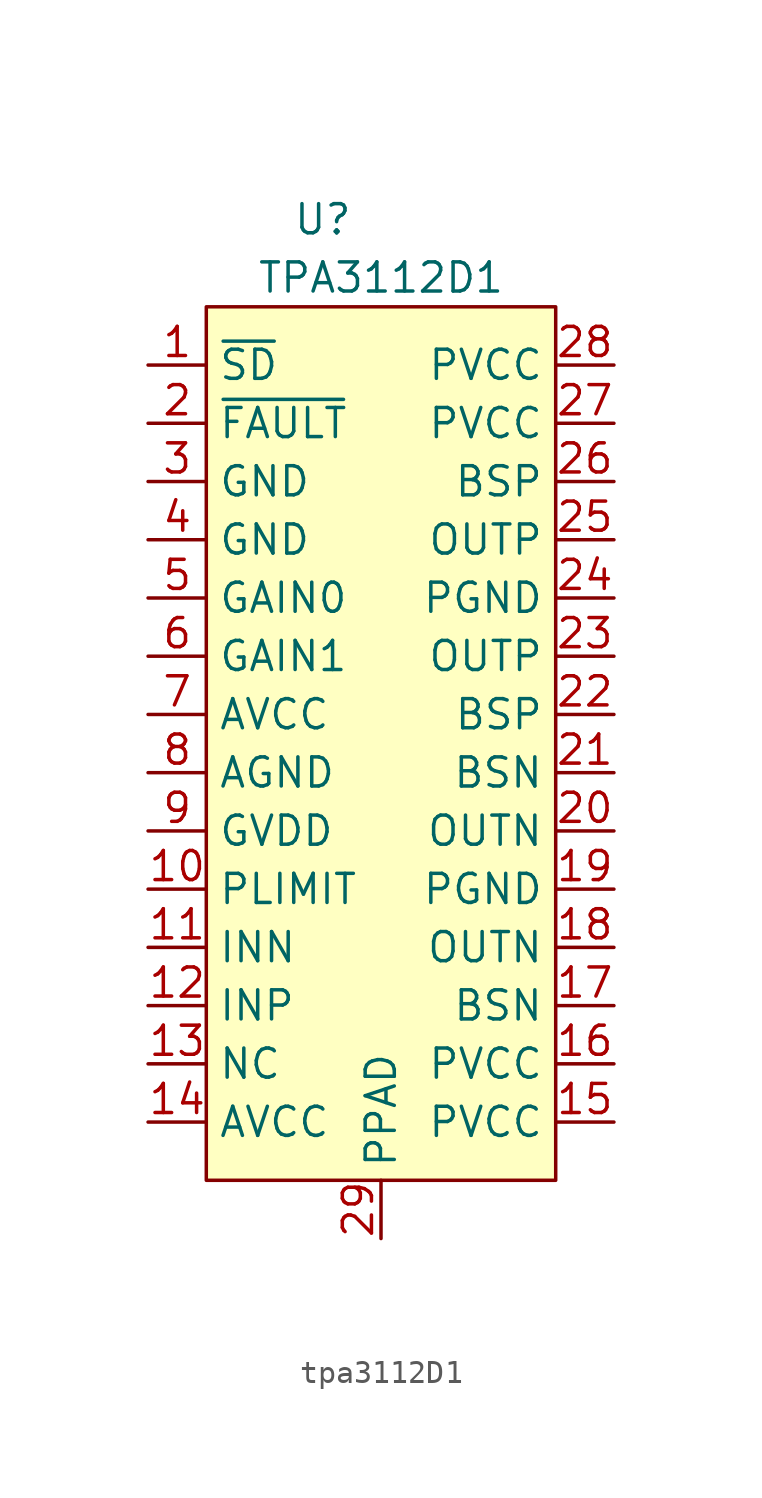
<source format=kicad_sym>
(kicad_symbol_lib
  (version 20220914)
  (generator kicad_symbol_editor)
  (symbol "tpa3112D1"
    (property "Reference" "U"
      (at 7.62 3.81 0)
      (effects (font (size 1.27 1.27))))
    (property "Value" "TPA3112D1"
      (at 10.16 1.27 0)
      (effects (font (size 1.27 1.27))))
    (symbol "tpa3112D1_0_0"
      (pin unspecified line (at 0 -2.54 0) (length 2.54) (name "~{SD}" (effects (font (size 1.27 1.27)))) (number "1" (effects (font (size 1.27 1.27)))))
      (pin unspecified line (at 0 -25.4 0) (length 2.54) (name "PLIMIT" (effects (font (size 1.27 1.27)))) (number "10" (effects (font (size 1.27 1.27)))))
      (pin unspecified line (at 0 -27.94 0) (length 2.54) (name "INN" (effects (font (size 1.27 1.27)))) (number "11" (effects (font (size 1.27 1.27)))))
      (pin unspecified line (at 0 -30.48 0) (length 2.54) (name "INP" (effects (font (size 1.27 1.27)))) (number "12" (effects (font (size 1.27 1.27)))))
      (pin unspecified line (at 0 -33.02 0) (length 2.54) (name "NC" (effects (font (size 1.27 1.27)))) (number "13" (effects (font (size 1.27 1.27)))))
      (pin unspecified line (at 0 -35.56 0) (length 2.54) (name "AVCC" (effects (font (size 1.27 1.27)))) (number "14" (effects (font (size 1.27 1.27)))))
      (pin unspecified line (at 20.32 -35.56 180) (length 2.54) (name "PVCC" (effects (font (size 1.27 1.27)))) (number "15" (effects (font (size 1.27 1.27)))))
      (pin unspecified line (at 20.32 -33.02 180) (length 2.54) (name "PVCC" (effects (font (size 1.27 1.27)))) (number "16" (effects (font (size 1.27 1.27)))))
      (pin unspecified line (at 20.32 -30.48 180) (length 2.54) (name "BSN" (effects (font (size 1.27 1.27)))) (number "17" (effects (font (size 1.27 1.27)))))
      (pin unspecified line (at 20.32 -27.94 180) (length 2.54) (name "OUTN" (effects (font (size 1.27 1.27)))) (number "18" (effects (font (size 1.27 1.27)))))
      (pin unspecified line (at 20.32 -25.4 180) (length 2.54) (name "PGND" (effects (font (size 1.27 1.27)))) (number "19" (effects (font (size 1.27 1.27)))))
      (pin unspecified line (at 0 -5.08 0) (length 2.54) (name "~{FAULT}" (effects (font (size 1.27 1.27)))) (number "2" (effects (font (size 1.27 1.27)))))
      (pin unspecified line (at 20.32 -22.86 180) (length 2.54) (name "OUTN" (effects (font (size 1.27 1.27)))) (number "20" (effects (font (size 1.27 1.27)))))
      (pin unspecified line (at 20.32 -20.32 180) (length 2.54) (name "BSN" (effects (font (size 1.27 1.27)))) (number "21" (effects (font (size 1.27 1.27)))))
      (pin unspecified line (at 20.32 -17.78 180) (length 2.54) (name "BSP" (effects (font (size 1.27 1.27)))) (number "22" (effects (font (size 1.27 1.27)))))
      (pin unspecified line (at 20.32 -15.24 180) (length 2.54) (name "OUTP" (effects (font (size 1.27 1.27)))) (number "23" (effects (font (size 1.27 1.27)))))
      (pin unspecified line (at 20.32 -12.7 180) (length 2.54) (name "PGND" (effects (font (size 1.27 1.27)))) (number "24" (effects (font (size 1.27 1.27)))))
      (pin unspecified line (at 20.32 -10.16 180) (length 2.54) (name "OUTP" (effects (font (size 1.27 1.27)))) (number "25" (effects (font (size 1.27 1.27)))))
      (pin unspecified line (at 20.32 -7.62 180) (length 2.54) (name "BSP" (effects (font (size 1.27 1.27)))) (number "26" (effects (font (size 1.27 1.27)))))
      (pin unspecified line (at 20.32 -5.08 180) (length 2.54) (name "PVCC" (effects (font (size 1.27 1.27)))) (number "27" (effects (font (size 1.27 1.27)))))
      (pin unspecified line (at 20.32 -2.54 180) (length 2.54) (name "PVCC" (effects (font (size 1.27 1.27)))) (number "28" (effects (font (size 1.27 1.27)))))
      (pin unspecified line (at 0 -7.62 0) (length 2.54) (name "GND" (effects (font (size 1.27 1.27)))) (number "3" (effects (font (size 1.27 1.27)))))
      (pin unspecified line (at 0 -10.16 0) (length 2.54) (name "GND" (effects (font (size 1.27 1.27)))) (number "4" (effects (font (size 1.27 1.27)))))
      (pin unspecified line (at 0 -12.7 0) (length 2.54) (name "GAIN0" (effects (font (size 1.27 1.27)))) (number "5" (effects (font (size 1.27 1.27)))))
      (pin unspecified line (at 0 -15.24 0) (length 2.54) (name "GAIN1" (effects (font (size 1.27 1.27)))) (number "6" (effects (font (size 1.27 1.27)))))
      (pin unspecified line (at 0 -17.78 0) (length 2.54) (name "AVCC" (effects (font (size 1.27 1.27)))) (number "7" (effects (font (size 1.27 1.27)))))
      (pin unspecified line (at 0 -20.32 0) (length 2.54) (name "AGND" (effects (font (size 1.27 1.27)))) (number "8" (effects (font (size 1.27 1.27)))))
      (pin unspecified line (at 0 -22.86 0) (length 2.54) (name "GVDD" (effects (font (size 1.27 1.27)))) (number "9" (effects (font (size 1.27 1.27))))))
    (symbol "tpa3112D1_1_1"
      (rectangle (start 2.54 0) (end 17.78 -38.1) (stroke (width 0) (type default)) (fill (type background)))
      (pin input line (at 10.16 -40.64 90) (length 2.54) (name "PPAD" (effects (font (size 1.27 1.27)))) (number "29" (effects (font (size 1.27 1.27))))))))
</source>
